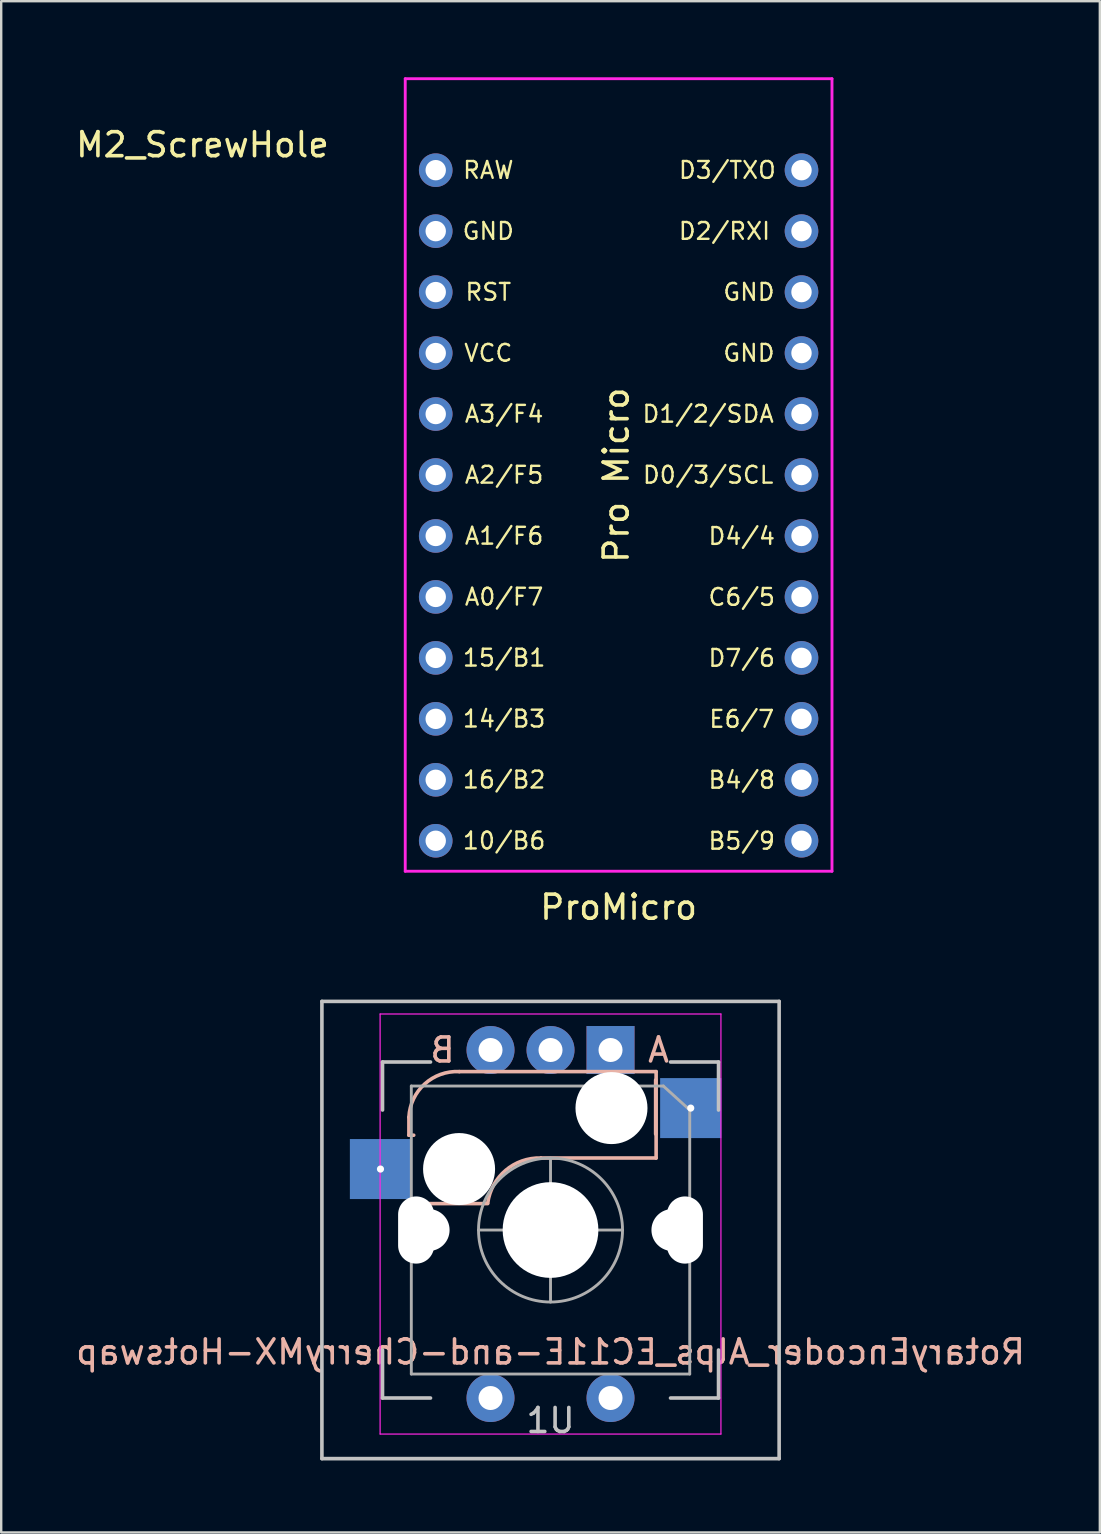
<source format=kicad_pcb>
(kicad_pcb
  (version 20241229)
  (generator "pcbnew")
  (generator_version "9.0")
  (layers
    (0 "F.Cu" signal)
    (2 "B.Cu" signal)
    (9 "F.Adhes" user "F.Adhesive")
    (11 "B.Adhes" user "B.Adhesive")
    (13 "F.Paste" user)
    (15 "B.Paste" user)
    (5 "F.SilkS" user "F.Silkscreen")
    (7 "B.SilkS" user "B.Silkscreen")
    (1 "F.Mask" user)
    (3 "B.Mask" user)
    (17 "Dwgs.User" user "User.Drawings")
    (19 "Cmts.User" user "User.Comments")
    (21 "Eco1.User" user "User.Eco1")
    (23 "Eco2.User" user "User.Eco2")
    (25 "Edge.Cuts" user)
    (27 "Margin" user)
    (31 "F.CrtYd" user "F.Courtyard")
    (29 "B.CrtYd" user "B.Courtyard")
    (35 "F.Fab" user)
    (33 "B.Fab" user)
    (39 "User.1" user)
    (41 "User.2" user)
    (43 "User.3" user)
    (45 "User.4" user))
  (footprint "ProMicro"
    (layer "F.Cu")
    (at 22.724 0.25)
    (property "Reference" "ProMicro" (at 0 34.5 0) (layer "F.SilkS") (effects (font (size 1 1) (thickness 0.15))))
    (attr through_hole)
    (fp_line (start -8.89 -0.02) (end 8.89 -0.02) (stroke (width 0.12) (type solid)) (layer "F.CrtYd"))
    (fp_line (start -8.89 33) (end -8.89 -0.02) (stroke (width 0.12) (type solid)) (layer "F.CrtYd"))
    (fp_line (start 8.89 -0.02) (end 8.89 33) (stroke (width 0.12) (type solid)) (layer "F.CrtYd"))
    (fp_line (start 8.89 33) (end -8.89 33) (stroke (width 0.12) (type solid)) (layer "F.CrtYd"))
    (fp_text user "GND" (at 5.43 11.41 0) (layer "F.SilkS") (effects (font (size 0.7 0.7) (thickness 0.1))))
    (fp_text user "VCC" (at -5.43 11.41 0) (layer "F.SilkS") (effects (font (size 0.7 0.7) (thickness 0.1))))
    (fp_text user "15/B1" (at -4.77 24.11 0) (layer "F.SilkS") (effects (font (size 0.7 0.7) (thickness 0.1))))
    (fp_text user "A2/F5" (at -4.77 16.49 0) (layer "F.SilkS") (effects (font (size 0.7 0.7) (thickness 0.1))))
    (fp_text user "D2/RXI" (at 4.41 6.33 0) (layer "F.SilkS") (effects (font (size 0.7 0.7) (thickness 0.1))))
    (fp_text user "D4/4" (at 5.13 19.04 0) (layer "F.SilkS") (effects (font (size 0.7 0.7) (thickness 0.1))))
    (fp_text user "RAW" (at -5.43 3.79 0) (layer "F.SilkS") (effects (font (size 0.7 0.7) (thickness 0.1))))
    (fp_text user "A1/F6" (at -4.77 19.03 0) (layer "F.SilkS") (effects (font (size 0.7 0.7) (thickness 0.1))))
    (fp_text user "D7/6" (at 5.13 24.12 0) (layer "F.SilkS") (effects (font (size 0.7 0.7) (thickness 0.1))))
    (fp_text user "E6/7" (at 5.13 26.66 0) (layer "F.SilkS") (effects (font (size 0.7 0.7) (thickness 0.1))))
    (fp_text user "Pro Micro" (at -0.1 16.5 90) (layer "F.SilkS") (effects (font (size 1 1) (thickness 0.15))))
    (fp_text user "D1/2/SDA" (at 3.73 13.95 0) (layer "F.SilkS") (effects (font (size 0.7 0.7) (thickness 0.1))))
    (fp_text user "B5/9" (at 5.13 31.74 0) (layer "F.SilkS") (effects (font (size 0.7 0.7) (thickness 0.1))))
    (fp_text user "A3/F4" (at -4.77 13.95 0) (layer "F.SilkS") (effects (font (size 0.7 0.7) (thickness 0.1))))
    (fp_text user "B4/8" (at 5.13 29.2 0) (layer "F.SilkS") (effects (font (size 0.7 0.7) (thickness 0.1))))
    (fp_text user "16/B2" (at -4.77 29.19 0) (layer "F.SilkS") (effects (font (size 0.7 0.7) (thickness 0.1))))
    (fp_text user "C6/5" (at 5.13 21.58 0) (layer "F.SilkS") (effects (font (size 0.7 0.7) (thickness 0.1))))
    (fp_text user "D3/TXO" (at 4.53 3.79 0) (layer "F.SilkS") (effects (font (size 0.7 0.7) (thickness 0.1))))
    (fp_text user "RST" (at -5.43 8.87 0) (layer "F.SilkS") (effects (font (size 0.7 0.7) (thickness 0.1))))
    (fp_text user "GND" (at 5.43 8.87 0) (layer "F.SilkS") (effects (font (size 0.7 0.7) (thickness 0.1))))
    (fp_text user "10/B6" (at -4.77 31.73 0) (layer "F.SilkS") (effects (font (size 0.7 0.7) (thickness 0.1))))
    (fp_text user "A0/F7" (at -4.77 21.57 0) (layer "F.SilkS") (effects (font (size 0.7 0.7) (thickness 0.1))))
    (fp_text user "GND" (at -5.43 6.33 0) (layer "F.SilkS") (effects (font (size 0.7 0.7) (thickness 0.1))))
    (fp_text user "14/B3" (at -4.77 26.65 0) (layer "F.SilkS") (effects (font (size 0.7 0.7) (thickness 0.1))))
    (fp_text user "D0/3/SCL" (at 3.73 16.49 0) (layer "F.SilkS") (effects (font (size 0.7 0.7) (thickness 0.1))))
    (pad "1" thru_hole circle (at 7.62 3.79) (size 1.4 1.4) (drill 0.85) (layers "*.Cu" "*.Mask"))
    (pad "2" thru_hole circle (at 7.62 6.33) (size 1.4 1.4) (drill 0.85) (layers "*.Cu" "*.Mask"))
    (pad "3" thru_hole circle (at 7.62 8.87) (size 1.4 1.4) (drill 0.85) (layers "*.Cu" "*.Mask"))
    (pad "4" thru_hole circle (at 7.62 11.41) (size 1.4 1.4) (drill 0.85) (layers "*.Cu" "*.Mask"))
    (pad "5" thru_hole circle (at 7.62 13.95) (size 1.4 1.4) (drill 0.85) (layers "*.Cu" "*.Mask"))
    (pad "6" thru_hole circle (at 7.62 16.49) (size 1.4 1.4) (drill 0.85) (layers "*.Cu" "*.Mask"))
    (pad "7" thru_hole circle (at 7.62 19.03) (size 1.4 1.4) (drill 0.85) (layers "*.Cu" "*.Mask"))
    (pad "8" thru_hole circle (at 7.62 21.57) (size 1.4 1.4) (drill 0.85) (layers "*.Cu" "*.Mask"))
    (pad "9" thru_hole circle (at 7.62 24.11) (size 1.4 1.4) (drill 0.85) (layers "*.Cu" "*.Mask"))
    (pad "10" thru_hole circle (at 7.62 26.65) (size 1.4 1.4) (drill 0.85) (layers "*.Cu" "*.Mask"))
    (pad "11" thru_hole circle (at 7.62 29.19) (size 1.4 1.4) (drill 0.85) (layers "*.Cu" "*.Mask"))
    (pad "12" thru_hole circle (at 7.62 31.73) (size 1.4 1.4) (drill 0.85) (layers "*.Cu" "*.Mask"))
    (pad "13" thru_hole circle (at -7.62 31.73) (size 1.4 1.4) (drill 0.85) (layers "*.Cu" "*.Mask"))
    (pad "14" thru_hole circle (at -7.62 29.19) (size 1.4 1.4) (drill 0.85) (layers "*.Cu" "*.Mask"))
    (pad "15" thru_hole circle (at -7.62 26.65) (size 1.4 1.4) (drill 0.85) (layers "*.Cu" "*.Mask"))
    (pad "16" thru_hole circle (at -7.62 24.11) (size 1.4 1.4) (drill 0.85) (layers "*.Cu" "*.Mask"))
    (pad "17" thru_hole circle (at -7.62 21.57) (size 1.4 1.4) (drill 0.85) (layers "*.Cu" "*.Mask"))
    (pad "18" thru_hole circle (at -7.62 19.03) (size 1.4 1.4) (drill 0.85) (layers "*.Cu" "*.Mask"))
    (pad "19" thru_hole circle (at -7.62 16.49) (size 1.4 1.4) (drill 0.85) (layers "*.Cu" "*.Mask"))
    (pad "20" thru_hole circle (at -7.62 13.95) (size 1.4 1.4) (drill 0.85) (layers "*.Cu" "*.Mask"))
    (pad "21" thru_hole circle (at -7.62 11.41) (size 1.4 1.4) (drill 0.85) (layers "*.Cu" "*.Mask"))
    (pad "22" thru_hole circle (at -7.62 8.87) (size 1.4 1.4) (drill 0.85) (layers "*.Cu" "*.Mask"))
    (pad "23" thru_hole circle (at -7.62 6.33) (size 1.4 1.4) (drill 0.85) (layers "*.Cu" "*.Mask"))
    (pad "24" thru_hole circle (at -7.62 3.79) (size 1.4 1.4) (drill 0.85) (layers "*.Cu" "*.Mask")))
  (footprint "RotaryEncoder_Alps_EC11E-and-CherryMX-Hotswap"
    (layer "F.Cu")
    (at 19.887 48.198)
    (property "Reference" "RotaryEncoder_Alps_EC11E-and-CherryMX-Hotswap" (at 0 5.08 0) (layer "B.SilkS") (effects (font (size 1 1) (thickness 0.15)) (justify mirror)))
    (attr through_hole)
    (fp_line (start -5.9 -4.7) (end -5.9 -3.95) (stroke (width 0.15) (type solid)) (layer "B.SilkS"))
    (fp_line (start -5.9 -3.95) (end -5.7 -3.95) (stroke (width 0.15) (type solid)) (layer "B.SilkS"))
    (fp_line (start -5.65 -1.1) (end -2.62 -1.1) (stroke (width 0.15) (type solid)) (layer "B.SilkS"))
    (fp_line (start -0.4 -3) (end 4.4 -3) (stroke (width 0.15) (type solid)) (layer "B.SilkS"))
    (fp_line (start 4.38 -4) (end 4.38 -6.25) (stroke (width 0.15) (type solid)) (layer "B.SilkS"))
    (fp_line (start 4.4 -6.6) (end -3.8 -6.6) (stroke (width 0.15) (type solid)) (layer "B.SilkS"))
    (fp_line (start 4.4 -3) (end 4.4 -6.6) (stroke (width 0.15) (type solid)) (layer "B.SilkS"))
    (fp_arc (start -5.9 -4.699999) (mid -5.243504 -6.084924) (end -3.800001 -6.6) (stroke (width 0.15) (type solid)) (layer "B.SilkS"))
    (fp_arc (start -2.616318 -1.121471) (mid -1.868709 -2.486118) (end -0.4 -3) (stroke (width 0.15) (type solid)) (layer "B.SilkS"))
    (fp_line (start -9.525 -9.525) (end 9.525 -9.525) (stroke (width 0.15) (type solid)) (layer "Dwgs.User"))
    (fp_line (start -9.525 9.525) (end -9.525 -9.525) (stroke (width 0.15) (type solid)) (layer "Dwgs.User"))
    (fp_line (start -7 -7) (end -7 -5) (stroke (width 0.15) (type solid)) (layer "Dwgs.User"))
    (fp_line (start -7 7) (end -7 5) (stroke (width 0.15) (type solid)) (layer "Dwgs.User"))
    (fp_line (start -5 -7) (end -7 -7) (stroke (width 0.15) (type solid)) (layer "Dwgs.User"))
    (fp_line (start -5 7) (end -7 7) (stroke (width 0.15) (type solid)) (layer "Dwgs.User"))
    (fp_line (start 5 7) (end 7 7) (stroke (width 0.15) (type solid)) (layer "Dwgs.User"))
    (fp_line (start 7 -7) (end 5 -7) (stroke (width 0.15) (type solid)) (layer "Dwgs.User"))
    (fp_line (start 7 -5) (end 7 -7) (stroke (width 0.15) (type solid)) (layer "Dwgs.User"))
    (fp_line (start 7 7) (end 7 5) (stroke (width 0.15) (type solid)) (layer "Dwgs.User"))
    (fp_line (start 9.525 -9.525) (end 9.525 9.525) (stroke (width 0.15) (type solid)) (layer "Dwgs.User"))
    (fp_line (start 9.525 9.525) (end -9.525 9.525) (stroke (width 0.15) (type solid)) (layer "Dwgs.User"))
    (fp_line (start -7.1 8.5) (end -7.1 -9) (stroke (width 0.05) (type solid)) (layer "F.CrtYd"))
    (fp_line (start -7.1 8.5) (end 7.1 8.5) (stroke (width 0.05) (type solid)) (layer "F.CrtYd"))
    (fp_line (start 7.1 -9) (end -7.1 -9) (stroke (width 0.05) (type solid)) (layer "F.CrtYd"))
    (fp_line (start 7.1 -9) (end 7.1 8.5) (stroke (width 0.05) (type solid)) (layer "F.CrtYd"))
    (fp_line (start -5.8 -6) (end 4.7 -6) (stroke (width 0.12) (type solid)) (layer "F.Fab"))
    (fp_line (start -5.8 6) (end -5.8 -6) (stroke (width 0.12) (type solid)) (layer "F.Fab"))
    (fp_line (start 0 -3) (end 0 3) (stroke (width 0.12) (type solid)) (layer "F.Fab"))
    (fp_line (start 3 0) (end -3 0) (stroke (width 0.12) (type solid)) (layer "F.Fab"))
    (fp_line (start 4.7 -6) (end 5.8 -5) (stroke (width 0.12) (type solid)) (layer "F.Fab"))
    (fp_line (start 5.8 -5) (end 5.8 6) (stroke (width 0.12) (type solid)) (layer "F.Fab"))
    (fp_line (start 5.8 6) (end -5.8 6) (stroke (width 0.12) (type solid)) (layer "F.Fab"))
    (fp_circle (center 0 0) (end 0 3) (stroke (width 0.12) (type solid)) (fill no) (layer "F.Fab"))
    (fp_text user "A" (at 4.5 -7.5 180) (layer "B.SilkS") (effects (font (size 1 1) (thickness 0.15)) (justify mirror)))
    (fp_text user "B" (at -4.5 -7.5 180) (layer "B.SilkS") (effects (font (size 1 1) (thickness 0.15)) (justify mirror)))
    (fp_text user "1U" (at 0 7.938 180) (layer "Dwgs.User") (effects (font (size 1 1) (thickness 0.15))))
    (pad "" np_thru_hole oval (at -5.6 0 270) (size 2.8 1.5) (drill oval 2.8 1.5) (layers "*.Cu" "*.Mask"))
    (pad "" np_thru_hole circle (at -5.08 0) (size 1.75 1.75) (drill 1.75) (layers "*.Cu" "*.Mask"))
    (pad "" np_thru_hole circle (at -3.81 -2.54) (size 3 3) (drill 3) (layers "*.Cu" "*.Mask"))
    (pad "" np_thru_hole circle (at 0 0 180) (size 3.988 3.988) (drill 3.988) (layers "*.Cu" "*.Mask"))
    (pad "" np_thru_hole circle (at 2.54 -5.08) (size 3 3) (drill 3) (layers "*.Cu" "*.Mask"))
    (pad "" np_thru_hole circle (at 5.08 0) (size 1.75 1.75) (drill 1.75) (layers "*.Cu" "*.Mask"))
    (pad "" np_thru_hole oval (at 5.6 0 270) (size 2.8 1.5) (drill oval 2.8 1.5) (layers "*.Cu" "*.Mask"))
    (pad "A" thru_hole rect (at 2.5 -7.5 270) (size 2 2) (drill 1) (layers "*.Cu" "*.Mask"))
    (pad "B" thru_hole circle (at -2.5 -7.5 270) (size 2 2) (drill 1) (layers "*.Cu" "*.Mask"))
    (pad "C" thru_hole circle (at 0 -7.5 270) (size 2 2) (drill 1) (layers "*.Cu" "*.Mask"))
    (pad "S1" thru_hole circle (at -7.085 -2.54) (size 0.6 0.6) (drill 0.3) (layers "*.Cu" "*.Mask"))
    (pad "S1" smd rect (at -7.085 -2.54 180) (size 2.55 2.5) (layers "B.Cu" "B.Mask" "B.Paste"))
    (pad "S1" thru_hole circle (at -2.5 7 270) (size 2 2) (drill 1) (layers "*.Cu" "*.Mask"))
    (pad "S2" thru_hole circle (at 2.5 7 270) (size 2 2) (drill 1) (layers "*.Cu" "*.Mask"))
    (pad "S2" thru_hole circle (at 5.842 -5.08) (size 0.6 0.6) (drill 0.3) (layers "*.Cu" "*.Mask"))
    (pad "S2" smd rect (at 5.842 -5.08 180) (size 2.55 2.5) (layers "B.Cu" "B.Mask" "B.Paste")))
  (footprint "M2_ScrewHole"
    (layer "F.Cu")
    (at 5.387 1.15)
    (property "Reference" "M2_ScrewHole" (at 0 1.83 0) (layer "F.SilkS") (effects (font (size 1 1) (thickness 0.15))))
    (attr through_hole)
    (fp_circle (center 0 0) (end 1.1 0) (stroke (width 0.1) (type solid)) (fill no) (layer "Eco2.User")))
  (gr_rect
    (start -3 -3)
    (end 42.774 60.798)
    (stroke (width 0.1) (type default))
    (fill no)
    (layer "Edge.Cuts")))
</source>
